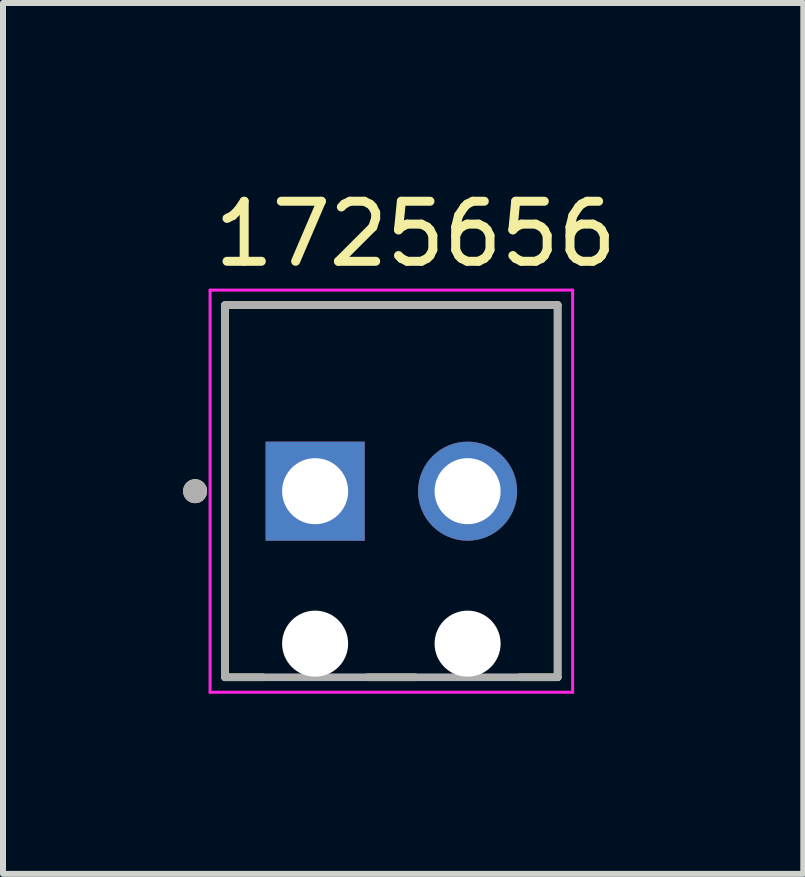
<source format=kicad_pcb>
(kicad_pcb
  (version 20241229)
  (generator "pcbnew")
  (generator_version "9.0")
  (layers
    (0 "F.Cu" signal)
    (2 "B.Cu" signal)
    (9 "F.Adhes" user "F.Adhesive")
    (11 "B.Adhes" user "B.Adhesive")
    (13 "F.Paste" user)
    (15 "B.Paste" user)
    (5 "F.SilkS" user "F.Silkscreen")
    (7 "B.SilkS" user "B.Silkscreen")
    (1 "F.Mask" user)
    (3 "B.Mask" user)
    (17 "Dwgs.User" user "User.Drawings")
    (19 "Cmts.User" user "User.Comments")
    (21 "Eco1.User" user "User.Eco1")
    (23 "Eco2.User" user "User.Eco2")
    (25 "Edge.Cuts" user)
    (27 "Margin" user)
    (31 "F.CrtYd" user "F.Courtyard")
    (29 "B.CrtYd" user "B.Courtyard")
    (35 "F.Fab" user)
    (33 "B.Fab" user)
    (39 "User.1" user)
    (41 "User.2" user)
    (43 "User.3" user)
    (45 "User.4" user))
  (footprint "1725656"
    (layer "F.Cu")
    (at 0.7 8.233)
    (property "Reference" "1725656" (at 3.175 -7.385 0) (layer "F.SilkS") (effects (font (size 1 1) (thickness 0.15))))
    (attr through_hole)
    (fp_line (start 0 -6.2) (end 0 0) (stroke (width 0.127) (type solid)) (layer "F.SilkS"))
    (fp_line (start 0 0) (end 0.63 0) (stroke (width 0.127) (type solid)) (layer "F.SilkS"))
    (fp_line (start 2.37 0) (end 3.17 0) (stroke (width 0.127) (type solid)) (layer "F.SilkS"))
    (fp_line (start 4.91 0) (end 5.54 0) (stroke (width 0.127) (type solid)) (layer "F.SilkS"))
    (fp_line (start 5.54 -6.2) (end 0 -6.2) (stroke (width 0.127) (type solid)) (layer "F.SilkS"))
    (fp_line (start 5.54 0) (end 5.54 -6.2) (stroke (width 0.127) (type solid)) (layer "F.SilkS"))
    (fp_circle (center -0.5 -3.1) (end -0.4 -3.1) (stroke (width 0.2) (type solid)) (fill no) (layer "F.SilkS"))
    (fp_line (start -0.25 -6.45) (end -0.25 0.25) (stroke (width 0.05) (type solid)) (layer "F.CrtYd"))
    (fp_line (start -0.25 0.25) (end 5.79 0.25) (stroke (width 0.05) (type solid)) (layer "F.CrtYd"))
    (fp_line (start 5.79 -6.45) (end -0.25 -6.45) (stroke (width 0.05) (type solid)) (layer "F.CrtYd"))
    (fp_line (start 5.79 0.25) (end 5.79 -6.45) (stroke (width 0.05) (type solid)) (layer "F.CrtYd"))
    (fp_line (start 0 -6.2) (end 0 0) (stroke (width 0.127) (type solid)) (layer "F.Fab"))
    (fp_line (start 0 0) (end 5.54 0) (stroke (width 0.127) (type solid)) (layer "F.Fab"))
    (fp_line (start 5.54 -6.2) (end 0 -6.2) (stroke (width 0.127) (type solid)) (layer "F.Fab"))
    (fp_line (start 5.54 0) (end 5.54 -6.2) (stroke (width 0.127) (type solid)) (layer "F.Fab"))
    (fp_circle (center -0.5 -3.1) (end -0.4 -3.1) (stroke (width 0.2) (type solid)) (fill no) (layer "F.Fab"))
    (pad "" np_thru_hole circle (at 1.5 -0.56) (size 1.1 1.1) (drill 1.1) (layers "*.Cu" "*.Mask"))
    (pad "" np_thru_hole circle (at 4.04 -0.56) (size 1.1 1.1) (drill 1.1) (layers "*.Cu" "*.Mask"))
    (pad "1" thru_hole rect (at 1.5 -3.1) (size 1.65 1.65) (drill 1.1) (layers "*.Cu" "*.Mask"))
    (pad "2" thru_hole circle (at 4.04 -3.1) (size 1.65 1.65) (drill 1.1) (layers "*.Cu" "*.Mask")))
  (gr_rect
    (start -3 -3)
    (end 10.333 11.508)
    (stroke (width 0.1) (type default))
    (fill no)
    (layer "Edge.Cuts")))
</source>
